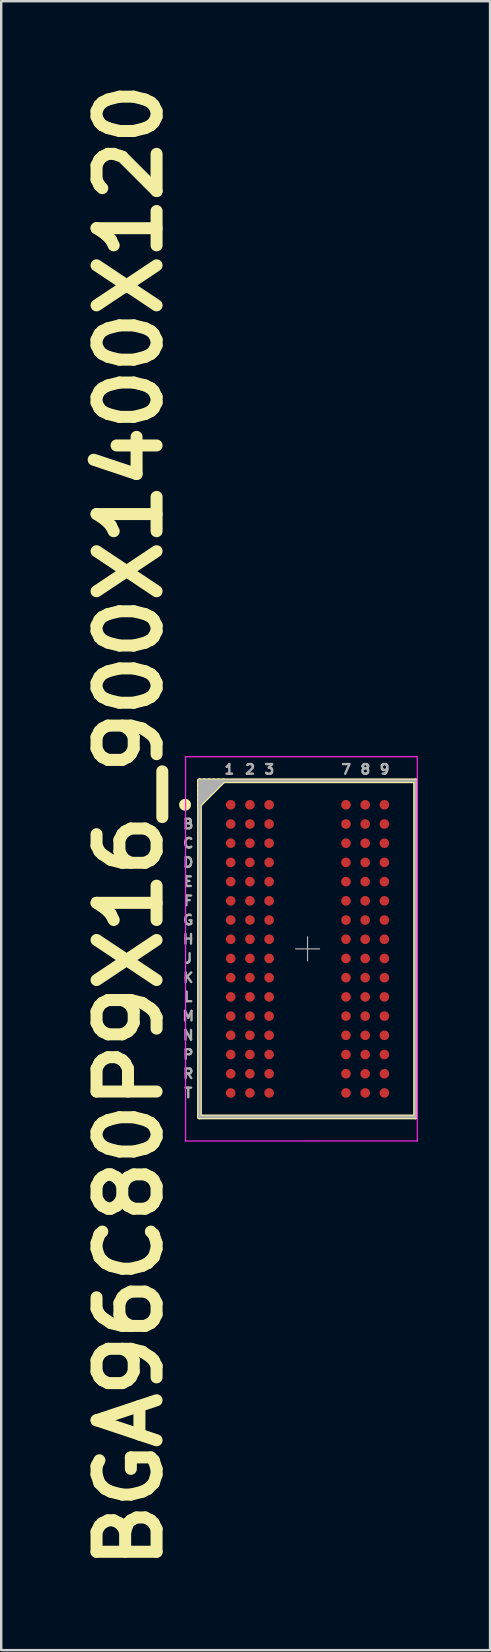
<source format=kicad_pcb>
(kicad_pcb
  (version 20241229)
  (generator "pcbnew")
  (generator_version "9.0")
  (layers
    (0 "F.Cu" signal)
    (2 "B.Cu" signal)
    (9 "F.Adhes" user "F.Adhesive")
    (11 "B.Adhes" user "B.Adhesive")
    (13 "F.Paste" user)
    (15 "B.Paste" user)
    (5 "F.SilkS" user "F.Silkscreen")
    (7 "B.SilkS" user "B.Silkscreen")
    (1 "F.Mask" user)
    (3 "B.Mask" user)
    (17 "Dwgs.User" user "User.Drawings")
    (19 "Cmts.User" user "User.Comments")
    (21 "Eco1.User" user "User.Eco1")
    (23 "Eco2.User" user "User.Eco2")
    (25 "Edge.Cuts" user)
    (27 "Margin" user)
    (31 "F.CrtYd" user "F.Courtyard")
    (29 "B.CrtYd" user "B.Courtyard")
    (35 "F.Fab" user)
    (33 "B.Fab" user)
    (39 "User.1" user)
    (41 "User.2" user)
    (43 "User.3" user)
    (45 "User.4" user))
  (footprint "BGA96C80P9X16_900X1400X120"
    (layer "F.Cu")
    (at 9.757 36.464)
    (property "Reference" "BGA96C80P9X16_900X1400X120" (at -7.417 -5.131 270) (layer "F.SilkS") (effects (font (size 2.5 2.5) (thickness 0.5))))
    (attr smd)
    (fp_line (start -4.5 -7) (end 4.5 -7) (stroke (width 0.2) (type solid)) (layer "F.SilkS"))
    (fp_line (start -4.5 -6.8) (end -4.3 -7) (stroke (width 0.2) (type solid)) (layer "F.SilkS"))
    (fp_line (start -4.5 -6.6) (end -4.1 -7) (stroke (width 0.2) (type solid)) (layer "F.SilkS"))
    (fp_line (start -4.5 -6.4) (end -3.9 -7) (stroke (width 0.2) (type solid)) (layer "F.SilkS"))
    (fp_line (start -4.5 -6.2) (end -3.7 -7) (stroke (width 0.2) (type solid)) (layer "F.SilkS"))
    (fp_line (start -4.5 -6) (end -3.5 -7) (stroke (width 0.2) (type solid)) (layer "F.SilkS"))
    (fp_line (start -4.5 7) (end -4.5 -7) (stroke (width 0.2) (type solid)) (layer "F.SilkS"))
    (fp_line (start -4.5 7) (end 4.5 7) (stroke (width 0.2) (type solid)) (layer "F.SilkS"))
    (fp_line (start 4.5 7) (end 4.5 -7) (stroke (width 0.2) (type solid)) (layer "F.SilkS"))
    (fp_circle (center -5.1 -6) (end -4.975 -6) (stroke (width 0.25) (type solid)) (fill no) (layer "F.SilkS"))
    (fp_line (start -5.08 -8) (end 4.572 -8) (stroke (width 0.05) (type solid)) (layer "F.CrtYd"))
    (fp_line (start -5.08 7.999) (end -5.08 -8.001) (stroke (width 0.05) (type solid)) (layer "F.CrtYd"))
    (fp_line (start -5.08 8.001) (end 4.572 7.999) (stroke (width 0.05) (type solid)) (layer "F.CrtYd"))
    (fp_line (start 4.572 7.999) (end 4.572 -8.001) (stroke (width 0.05) (type solid)) (layer "F.CrtYd"))
    (fp_line (start -4.5 -7) (end 4.5 -7) (stroke (width 0.1) (type solid)) (layer "F.Fab"))
    (fp_line (start -4.5 -6.9) (end -4.4 -7) (stroke (width 0.1) (type solid)) (layer "F.Fab"))
    (fp_line (start -4.5 -6.8) (end -4.3 -7) (stroke (width 0.1) (type solid)) (layer "F.Fab"))
    (fp_line (start -4.5 -6.7) (end -4.2 -7) (stroke (width 0.1) (type solid)) (layer "F.Fab"))
    (fp_line (start -4.5 -6.6) (end -4.1 -7) (stroke (width 0.1) (type solid)) (layer "F.Fab"))
    (fp_line (start -4.5 -6.5) (end -4 -7) (stroke (width 0.1) (type solid)) (layer "F.Fab"))
    (fp_line (start -4.5 -6.4) (end -3.9 -7) (stroke (width 0.1) (type solid)) (layer "F.Fab"))
    (fp_line (start -4.5 -6.3) (end -3.8 -7) (stroke (width 0.1) (type solid)) (layer "F.Fab"))
    (fp_line (start -4.5 -6.2) (end -3.7 -7) (stroke (width 0.1) (type solid)) (layer "F.Fab"))
    (fp_line (start -4.5 -6.1) (end -3.6 -7) (stroke (width 0.1) (type solid)) (layer "F.Fab"))
    (fp_line (start -4.5 -6) (end -3.5 -7) (stroke (width 0.1) (type solid)) (layer "F.Fab"))
    (fp_line (start -4.5 7) (end -4.5 -7) (stroke (width 0.1) (type solid)) (layer "F.Fab"))
    (fp_line (start -4.5 7) (end 4.5 7) (stroke (width 0.1) (type solid)) (layer "F.Fab"))
    (fp_line (start -0.5 0) (end 0.5 0) (stroke (width 0.05) (type solid)) (layer "F.Fab"))
    (fp_line (start 0 0.5) (end 0 -0.5) (stroke (width 0.05) (type solid)) (layer "F.Fab"))
    (fp_line (start 4.5 7) (end 4.5 -7) (stroke (width 0.1) (type solid)) (layer "F.Fab"))
    (fp_text user "9" (at 3.208 -7.475 0) (layer "F.Fab") (effects (font (size 0.4 0.4) (thickness 0.15))))
    (fp_text user "D" (at -4.967 -3.6 0) (layer "F.Fab") (effects (font (size 0.4 0.4) (thickness 0.15))))
    (fp_text user "1" (at -3.258 -7.475 0) (layer "F.Fab") (effects (font (size 0.4 0.4) (thickness 0.15))))
    (fp_text user "F" (at -4.967 -2 0) (layer "F.Fab") (effects (font (size 0.4 0.4) (thickness 0.15))))
    (fp_text user "C" (at -4.967 -4.4 0) (layer "F.Fab") (effects (font (size 0.4 0.4) (thickness 0.15))))
    (fp_text user "J" (at -4.967 0.4 0) (layer "F.Fab") (effects (font (size 0.4 0.4) (thickness 0.15))))
    (fp_text user "E" (at -4.967 -2.8 0) (layer "F.Fab") (effects (font (size 0.4 0.4) (thickness 0.15))))
    (fp_text user "8" (at 2.408 -7.475 0) (layer "F.Fab") (effects (font (size 0.4 0.4) (thickness 0.15))))
    (fp_text user "H" (at -4.967 -0.4 0) (layer "F.Fab") (effects (font (size 0.4 0.4) (thickness 0.15))))
    (fp_text user "2" (at -2.392 -7.475 0) (layer "F.Fab") (effects (font (size 0.4 0.4) (thickness 0.15))))
    (fp_text user "M" (at -4.967 2.8 0) (layer "F.Fab") (effects (font (size 0.4 0.4) (thickness 0.15))))
    (fp_text user "K" (at -4.967 1.2 0) (layer "F.Fab") (effects (font (size 0.4 0.4) (thickness 0.15))))
    (fp_text user "7" (at 1.608 -7.475 0) (layer "F.Fab") (effects (font (size 0.4 0.4) (thickness 0.15))))
    (fp_text user "T" (at -4.967 6 0) (layer "F.Fab") (effects (font (size 0.4 0.4) (thickness 0.15))))
    (fp_text user "L" (at -4.967 2 0) (layer "F.Fab") (effects (font (size 0.4 0.4) (thickness 0.15))))
    (fp_text user "B" (at -4.967 -5.2 0) (layer "F.Fab") (effects (font (size 0.4 0.4) (thickness 0.15))))
    (fp_text user "3" (at -1.592 -7.475 0) (layer "F.Fab") (effects (font (size 0.4 0.4) (thickness 0.15))))
    (fp_text user "R" (at -4.967 5.2 0) (layer "F.Fab") (effects (font (size 0.4 0.4) (thickness 0.15))))
    (fp_text user "N" (at -4.967 3.6 0) (layer "F.Fab") (effects (font (size 0.4 0.4) (thickness 0.15))))
    (fp_text user "P" (at -4.967 4.4 0) (layer "F.Fab") (effects (font (size 0.4 0.4) (thickness 0.15))))
    (fp_text user "G" (at -4.967 -1.2 0) (layer "F.Fab") (effects (font (size 0.4 0.4) (thickness 0.15))))
    (pad "A1" smd circle (at -3.2 -6) (size 0.4 0.4) (layers "F.Cu" "F.Mask" "F.Paste"))
    (pad "A2" smd circle (at -2.4 -6) (size 0.4 0.4) (layers "F.Cu" "F.Mask" "F.Paste"))
    (pad "A3" smd circle (at -1.6 -6) (size 0.4 0.4) (layers "F.Cu" "F.Mask" "F.Paste"))
    (pad "A7" smd circle (at 1.6 -6) (size 0.4 0.4) (layers "F.Cu" "F.Mask" "F.Paste"))
    (pad "A8" smd circle (at 2.4 -6) (size 0.4 0.4) (layers "F.Cu" "F.Mask" "F.Paste"))
    (pad "A9" smd circle (at 3.2 -6) (size 0.4 0.4) (layers "F.Cu" "F.Mask" "F.Paste"))
    (pad "B1" smd circle (at -3.2 -5.2) (size 0.4 0.4) (layers "F.Cu" "F.Mask" "F.Paste"))
    (pad "B2" smd circle (at -2.4 -5.2) (size 0.4 0.4) (layers "F.Cu" "F.Mask" "F.Paste"))
    (pad "B3" smd circle (at -1.6 -5.2) (size 0.4 0.4) (layers "F.Cu" "F.Mask" "F.Paste"))
    (pad "B7" smd circle (at 1.6 -5.2) (size 0.4 0.4) (layers "F.Cu" "F.Mask" "F.Paste"))
    (pad "B8" smd circle (at 2.4 -5.2) (size 0.4 0.4) (layers "F.Cu" "F.Mask" "F.Paste"))
    (pad "B9" smd circle (at 3.2 -5.2) (size 0.4 0.4) (layers "F.Cu" "F.Mask" "F.Paste"))
    (pad "C1" smd circle (at -3.2 -4.4) (size 0.4 0.4) (layers "F.Cu" "F.Mask" "F.Paste"))
    (pad "C2" smd circle (at -2.4 -4.4) (size 0.4 0.4) (layers "F.Cu" "F.Mask" "F.Paste"))
    (pad "C3" smd circle (at -1.6 -4.4) (size 0.4 0.4) (layers "F.Cu" "F.Mask" "F.Paste"))
    (pad "C7" smd circle (at 1.6 -4.4) (size 0.4 0.4) (layers "F.Cu" "F.Mask" "F.Paste"))
    (pad "C8" smd circle (at 2.4 -4.4) (size 0.4 0.4) (layers "F.Cu" "F.Mask" "F.Paste"))
    (pad "C9" smd circle (at 3.2 -4.4) (size 0.4 0.4) (layers "F.Cu" "F.Mask" "F.Paste"))
    (pad "D1" smd circle (at -3.2 -3.6) (size 0.4 0.4) (layers "F.Cu" "F.Mask" "F.Paste"))
    (pad "D2" smd circle (at -2.4 -3.6) (size 0.4 0.4) (layers "F.Cu" "F.Mask" "F.Paste"))
    (pad "D3" smd circle (at -1.6 -3.6) (size 0.4 0.4) (layers "F.Cu" "F.Mask" "F.Paste"))
    (pad "D7" smd circle (at 1.6 -3.6) (size 0.4 0.4) (layers "F.Cu" "F.Mask" "F.Paste"))
    (pad "D8" smd circle (at 2.4 -3.6) (size 0.4 0.4) (layers "F.Cu" "F.Mask" "F.Paste"))
    (pad "D9" smd circle (at 3.2 -3.6) (size 0.4 0.4) (layers "F.Cu" "F.Mask" "F.Paste"))
    (pad "E1" smd circle (at -3.2 -2.8) (size 0.4 0.4) (layers "F.Cu" "F.Mask" "F.Paste"))
    (pad "E2" smd circle (at -2.4 -2.8) (size 0.4 0.4) (layers "F.Cu" "F.Mask" "F.Paste"))
    (pad "E3" smd circle (at -1.6 -2.8) (size 0.4 0.4) (layers "F.Cu" "F.Mask" "F.Paste"))
    (pad "E7" smd circle (at 1.6 -2.8) (size 0.4 0.4) (layers "F.Cu" "F.Mask" "F.Paste"))
    (pad "E8" smd circle (at 2.4 -2.8) (size 0.4 0.4) (layers "F.Cu" "F.Mask" "F.Paste"))
    (pad "E9" smd circle (at 3.2 -2.8) (size 0.4 0.4) (layers "F.Cu" "F.Mask" "F.Paste"))
    (pad "F1" smd circle (at -3.2 -2) (size 0.4 0.4) (layers "F.Cu" "F.Mask" "F.Paste"))
    (pad "F2" smd circle (at -2.4 -2) (size 0.4 0.4) (layers "F.Cu" "F.Mask" "F.Paste"))
    (pad "F3" smd circle (at -1.6 -2) (size 0.4 0.4) (layers "F.Cu" "F.Mask" "F.Paste"))
    (pad "F7" smd circle (at 1.6 -2) (size 0.4 0.4) (layers "F.Cu" "F.Mask" "F.Paste"))
    (pad "F8" smd circle (at 2.4 -2) (size 0.4 0.4) (layers "F.Cu" "F.Mask" "F.Paste"))
    (pad "F9" smd circle (at 3.2 -2) (size 0.4 0.4) (layers "F.Cu" "F.Mask" "F.Paste"))
    (pad "G1" smd circle (at -3.2 -1.2) (size 0.4 0.4) (layers "F.Cu" "F.Mask" "F.Paste"))
    (pad "G2" smd circle (at -2.4 -1.2) (size 0.4 0.4) (layers "F.Cu" "F.Mask" "F.Paste"))
    (pad "G3" smd circle (at -1.6 -1.2) (size 0.4 0.4) (layers "F.Cu" "F.Mask" "F.Paste"))
    (pad "G7" smd circle (at 1.6 -1.2) (size 0.4 0.4) (layers "F.Cu" "F.Mask" "F.Paste"))
    (pad "G8" smd circle (at 2.4 -1.2) (size 0.4 0.4) (layers "F.Cu" "F.Mask" "F.Paste"))
    (pad "G9" smd circle (at 3.2 -1.2) (size 0.4 0.4) (layers "F.Cu" "F.Mask" "F.Paste"))
    (pad "H1" smd circle (at -3.2 -0.4) (size 0.4 0.4) (layers "F.Cu" "F.Mask" "F.Paste"))
    (pad "H2" smd circle (at -2.4 -0.4) (size 0.4 0.4) (layers "F.Cu" "F.Mask" "F.Paste"))
    (pad "H3" smd circle (at -1.6 -0.4) (size 0.4 0.4) (layers "F.Cu" "F.Mask" "F.Paste"))
    (pad "H7" smd circle (at 1.6 -0.4) (size 0.4 0.4) (layers "F.Cu" "F.Mask" "F.Paste"))
    (pad "H8" smd circle (at 2.4 -0.4) (size 0.4 0.4) (layers "F.Cu" "F.Mask" "F.Paste"))
    (pad "H9" smd circle (at 3.2 -0.4) (size 0.4 0.4) (layers "F.Cu" "F.Mask" "F.Paste"))
    (pad "J1" smd circle (at -3.2 0.4) (size 0.4 0.4) (layers "F.Cu" "F.Mask" "F.Paste"))
    (pad "J2" smd circle (at -2.4 0.4) (size 0.4 0.4) (layers "F.Cu" "F.Mask" "F.Paste"))
    (pad "J3" smd circle (at -1.6 0.4) (size 0.4 0.4) (layers "F.Cu" "F.Mask" "F.Paste"))
    (pad "J7" smd circle (at 1.6 0.4) (size 0.4 0.4) (layers "F.Cu" "F.Mask" "F.Paste"))
    (pad "J8" smd circle (at 2.4 0.4) (size 0.4 0.4) (layers "F.Cu" "F.Mask" "F.Paste"))
    (pad "J9" smd circle (at 3.2 0.4) (size 0.4 0.4) (layers "F.Cu" "F.Mask" "F.Paste"))
    (pad "K1" smd circle (at -3.2 1.2) (size 0.4 0.4) (layers "F.Cu" "F.Mask" "F.Paste"))
    (pad "K2" smd circle (at -2.4 1.2) (size 0.4 0.4) (layers "F.Cu" "F.Mask" "F.Paste"))
    (pad "K3" smd circle (at -1.6 1.2) (size 0.4 0.4) (layers "F.Cu" "F.Mask" "F.Paste"))
    (pad "K7" smd circle (at 1.6 1.2) (size 0.4 0.4) (layers "F.Cu" "F.Mask" "F.Paste"))
    (pad "K8" smd circle (at 2.4 1.2) (size 0.4 0.4) (layers "F.Cu" "F.Mask" "F.Paste"))
    (pad "K9" smd circle (at 3.2 1.2) (size 0.4 0.4) (layers "F.Cu" "F.Mask" "F.Paste"))
    (pad "L1" smd circle (at -3.2 2) (size 0.4 0.4) (layers "F.Cu" "F.Mask" "F.Paste"))
    (pad "L2" smd circle (at -2.4 2) (size 0.4 0.4) (layers "F.Cu" "F.Mask" "F.Paste"))
    (pad "L3" smd circle (at -1.6 2) (size 0.4 0.4) (layers "F.Cu" "F.Mask" "F.Paste"))
    (pad "L7" smd circle (at 1.6 2) (size 0.4 0.4) (layers "F.Cu" "F.Mask" "F.Paste"))
    (pad "L8" smd circle (at 2.4 2) (size 0.4 0.4) (layers "F.Cu" "F.Mask" "F.Paste"))
    (pad "L9" smd circle (at 3.2 2) (size 0.4 0.4) (layers "F.Cu" "F.Mask" "F.Paste"))
    (pad "M1" smd circle (at -3.2 2.8) (size 0.4 0.4) (layers "F.Cu" "F.Mask" "F.Paste"))
    (pad "M2" smd circle (at -2.4 2.8) (size 0.4 0.4) (layers "F.Cu" "F.Mask" "F.Paste"))
    (pad "M3" smd circle (at -1.6 2.8) (size 0.4 0.4) (layers "F.Cu" "F.Mask" "F.Paste"))
    (pad "M7" smd circle (at 1.6 2.8) (size 0.4 0.4) (layers "F.Cu" "F.Mask" "F.Paste"))
    (pad "M8" smd circle (at 2.4 2.8) (size 0.4 0.4) (layers "F.Cu" "F.Mask" "F.Paste"))
    (pad "M9" smd circle (at 3.2 2.8) (size 0.4 0.4) (layers "F.Cu" "F.Mask" "F.Paste"))
    (pad "N1" smd circle (at -3.2 3.6) (size 0.4 0.4) (layers "F.Cu" "F.Mask" "F.Paste"))
    (pad "N2" smd circle (at -2.4 3.6) (size 0.4 0.4) (layers "F.Cu" "F.Mask" "F.Paste"))
    (pad "N3" smd circle (at -1.6 3.6) (size 0.4 0.4) (layers "F.Cu" "F.Mask" "F.Paste"))
    (pad "N7" smd circle (at 1.6 3.6) (size 0.4 0.4) (layers "F.Cu" "F.Mask" "F.Paste"))
    (pad "N8" smd circle (at 2.4 3.6) (size 0.4 0.4) (layers "F.Cu" "F.Mask" "F.Paste"))
    (pad "N9" smd circle (at 3.2 3.6) (size 0.4 0.4) (layers "F.Cu" "F.Mask" "F.Paste"))
    (pad "P1" smd circle (at -3.2 4.4) (size 0.4 0.4) (layers "F.Cu" "F.Mask" "F.Paste"))
    (pad "P2" smd circle (at -2.4 4.4) (size 0.4 0.4) (layers "F.Cu" "F.Mask" "F.Paste"))
    (pad "P3" smd circle (at -1.6 4.4) (size 0.4 0.4) (layers "F.Cu" "F.Mask" "F.Paste"))
    (pad "P7" smd circle (at 1.6 4.4) (size 0.4 0.4) (layers "F.Cu" "F.Mask" "F.Paste"))
    (pad "P8" smd circle (at 2.4 4.4) (size 0.4 0.4) (layers "F.Cu" "F.Mask" "F.Paste"))
    (pad "P9" smd circle (at 3.2 4.4) (size 0.4 0.4) (layers "F.Cu" "F.Mask" "F.Paste"))
    (pad "R1" smd circle (at -3.2 5.2) (size 0.4 0.4) (layers "F.Cu" "F.Mask" "F.Paste"))
    (pad "R2" smd circle (at -2.4 5.2) (size 0.4 0.4) (layers "F.Cu" "F.Mask" "F.Paste"))
    (pad "R3" smd circle (at -1.6 5.2) (size 0.4 0.4) (layers "F.Cu" "F.Mask" "F.Paste"))
    (pad "R7" smd circle (at 1.6 5.2) (size 0.4 0.4) (layers "F.Cu" "F.Mask" "F.Paste"))
    (pad "R8" smd circle (at 2.4 5.2) (size 0.4 0.4) (layers "F.Cu" "F.Mask" "F.Paste"))
    (pad "R9" smd circle (at 3.2 5.2) (size 0.4 0.4) (layers "F.Cu" "F.Mask" "F.Paste"))
    (pad "T1" smd circle (at -3.2 6) (size 0.4 0.4) (layers "F.Cu" "F.Mask" "F.Paste"))
    (pad "T2" smd circle (at -2.4 6) (size 0.4 0.4) (layers "F.Cu" "F.Mask" "F.Paste"))
    (pad "T3" smd circle (at -1.6 6) (size 0.4 0.4) (layers "F.Cu" "F.Mask" "F.Paste"))
    (pad "T7" smd circle (at 1.6 6) (size 0.4 0.4) (layers "F.Cu" "F.Mask" "F.Paste"))
    (pad "T8" smd circle (at 2.4 6) (size 0.4 0.4) (layers "F.Cu" "F.Mask" "F.Paste"))
    (pad "T9" smd circle (at 3.2 6) (size 0.4 0.4) (layers "F.Cu" "F.Mask" "F.Paste")))
  (gr_rect
    (start -3 -3)
    (end 17.357 65.667)
    (stroke (width 0.1) (type default))
    (fill no)
    (layer "Edge.Cuts")))
</source>
